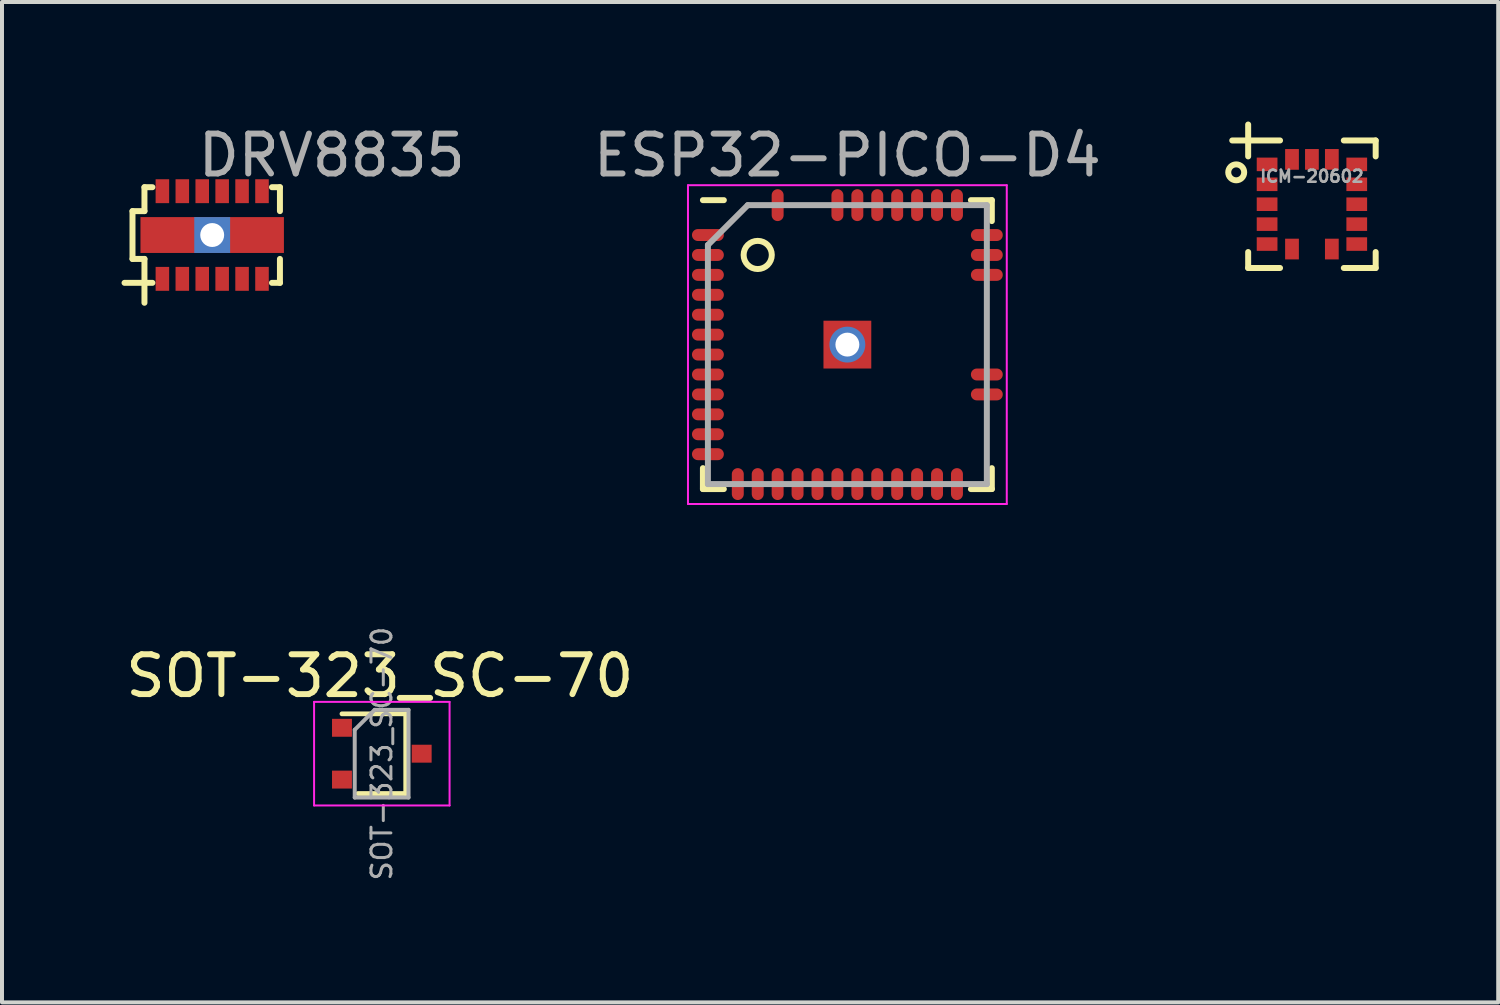
<source format=kicad_pcb>
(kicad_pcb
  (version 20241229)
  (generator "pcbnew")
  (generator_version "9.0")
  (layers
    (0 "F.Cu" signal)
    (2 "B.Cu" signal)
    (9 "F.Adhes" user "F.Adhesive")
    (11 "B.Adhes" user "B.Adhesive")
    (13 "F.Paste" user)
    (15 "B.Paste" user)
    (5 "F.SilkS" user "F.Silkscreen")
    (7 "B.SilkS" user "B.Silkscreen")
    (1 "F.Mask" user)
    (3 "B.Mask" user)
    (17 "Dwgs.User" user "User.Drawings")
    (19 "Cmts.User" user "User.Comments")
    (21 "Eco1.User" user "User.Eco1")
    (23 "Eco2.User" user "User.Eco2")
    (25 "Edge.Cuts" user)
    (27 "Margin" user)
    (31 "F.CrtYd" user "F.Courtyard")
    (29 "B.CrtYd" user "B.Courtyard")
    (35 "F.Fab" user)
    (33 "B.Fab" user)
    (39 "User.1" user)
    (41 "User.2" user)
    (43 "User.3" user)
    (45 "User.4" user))
  (footprint "DRV8835"
    (placed yes)
    (layer "F.Cu")
    (at 2.275 2.848)
    (property "Reference" "DRV8835" (at 3 -2 180) (layer "F.Fab") (effects (font (size 1 1) (thickness 0.15))))
    (attr through_hole)
    (fp_line (start -2 -0.6) (end -2 0.6) (stroke (width 0.15) (type solid)) (layer "F.SilkS"))
    (fp_line (start -2 0.6) (end -1.7 0.6) (stroke (width 0.15) (type solid)) (layer "F.SilkS"))
    (fp_line (start -1.7 -1.2) (end -1.5 -1.2) (stroke (width 0.15) (type solid)) (layer "F.SilkS"))
    (fp_line (start -1.7 -0.6) (end -2 -0.6) (stroke (width 0.15) (type solid)) (layer "F.SilkS"))
    (fp_line (start -1.7 -0.6) (end -1.7 -1.2) (stroke (width 0.15) (type solid)) (layer "F.SilkS"))
    (fp_line (start -1.7 1.2) (end -2.2 1.2) (stroke (width 0.15) (type solid)) (layer "F.SilkS"))
    (fp_line (start -1.7 1.2) (end -1.7 0.6) (stroke (width 0.15) (type solid)) (layer "F.SilkS"))
    (fp_line (start -1.7 1.2) (end -1.7 1.7) (stroke (width 0.15) (type solid)) (layer "F.SilkS"))
    (fp_line (start -1.5 1.2) (end -1.7 1.2) (stroke (width 0.15) (type solid)) (layer "F.SilkS"))
    (fp_line (start 1.5 -1.2) (end 1.7 -1.2) (stroke (width 0.15) (type solid)) (layer "F.SilkS"))
    (fp_line (start 1.7 -1.2) (end 1.7 -0.6) (stroke (width 0.15) (type solid)) (layer "F.SilkS"))
    (fp_line (start 1.7 0.6) (end 1.7 1.2) (stroke (width 0.15) (type solid)) (layer "F.SilkS"))
    (fp_line (start 1.7 1.2) (end 1.5 1.2) (stroke (width 0.15) (type solid)) (layer "F.SilkS"))
    (pad "1" smd rect (at -1.25 1.1) (size 0.34 0.6) (layers "F.Cu" "F.Mask" "F.Paste"))
    (pad "2" smd rect (at -0.75 1.1) (size 0.34 0.6) (layers "F.Cu" "F.Mask" "F.Paste"))
    (pad "3" smd rect (at -0.25 1.1) (size 0.34 0.6) (layers "F.Cu" "F.Mask" "F.Paste"))
    (pad "4" smd rect (at 0.25 1.1) (size 0.34 0.6) (layers "F.Cu" "F.Mask" "F.Paste"))
    (pad "5" smd rect (at 0.75 1.1) (size 0.34 0.6) (layers "F.Cu" "F.Mask" "F.Paste"))
    (pad "6" smd rect (at 1.25 1.1) (size 0.34 0.6) (layers "F.Cu" "F.Mask" "F.Paste"))
    (pad "7" smd rect (at 1.25 -1.1) (size 0.34 0.6) (layers "F.Cu" "F.Mask" "F.Paste"))
    (pad "8" smd rect (at 0.75 -1.1) (size 0.34 0.6) (layers "F.Cu" "F.Mask" "F.Paste"))
    (pad "9" smd rect (at 0.25 -1.1) (size 0.34 0.6) (layers "F.Cu" "F.Mask" "F.Paste"))
    (pad "10" smd rect (at -0.25 -1.1) (size 0.34 0.6) (layers "F.Cu" "F.Mask" "F.Paste"))
    (pad "11" smd rect (at -0.75 -1.1) (size 0.34 0.6) (layers "F.Cu" "F.Mask" "F.Paste"))
    (pad "12" smd rect (at -1.25 -1.1) (size 0.34 0.6) (layers "F.Cu" "F.Mask" "F.Paste"))
    (pad "13" thru_hole rect (at 0 0) (size 0.9 0.9) (drill 0.6) (layers "*.Cu" "*.Mask"))
    (pad "13" smd rect (at 0 0) (size 3.6 0.9) (layers "F.Cu" "F.Mask" "F.Paste")))
  (footprint "SOT-323_SC-70"
    (layer "F.Cu")
    (at 6.532 15.864)
    (property "Reference" "SOT-323_SC-70" (at -0.05 -1.95 0) (layer "F.SilkS") (effects (font (size 1 1) (thickness 0.15))))
    (attr smd)
    (fp_line (start -1 -1) (end 0.6 -1) (stroke (width 0.12) (type solid)) (layer "F.SilkS"))
    (fp_line (start 0.6 -1) (end 0.6 1) (stroke (width 0.12) (type solid)) (layer "F.SilkS"))
    (fp_line (start 0.6 1) (end -0.6 1) (stroke (width 0.12) (type solid)) (layer "F.SilkS"))
    (fp_line (start -1.7 -1.3) (end 1.7 -1.3) (stroke (width 0.05) (type solid)) (layer "F.CrtYd"))
    (fp_line (start -1.7 1.3) (end -1.7 -1.3) (stroke (width 0.05) (type solid)) (layer "F.CrtYd"))
    (fp_line (start 1.7 -1.3) (end 1.7 1.3) (stroke (width 0.05) (type solid)) (layer "F.CrtYd"))
    (fp_line (start 1.7 1.3) (end -1.7 1.3) (stroke (width 0.05) (type solid)) (layer "F.CrtYd"))
    (fp_line (start -0.68 -0.6) (end -0.68 1.1) (stroke (width 0.1) (type solid)) (layer "F.Fab"))
    (fp_line (start -0.18 -1.1) (end -0.68 -0.6) (stroke (width 0.1) (type solid)) (layer "F.Fab"))
    (fp_line (start 0.67 -1.1) (end -0.18 -1.1) (stroke (width 0.1) (type solid)) (layer "F.Fab"))
    (fp_line (start 0.67 -1.1) (end 0.67 1.1) (stroke (width 0.1) (type solid)) (layer "F.Fab"))
    (fp_line (start 0.67 1.1) (end -0.68 1.1) (stroke (width 0.1) (type solid)) (layer "F.Fab"))
    (fp_text user "${REFERENCE}" (at 0 0 90) (layer "F.Fab") (effects (font (size 0.5 0.5) (thickness 0.075))))
    (pad "1" smd rect (at -1 -0.65 270) (size 0.45 0.5) (layers "F.Cu" "F.Mask" "F.Paste"))
    (pad "2" smd rect (at -1 0.65 270) (size 0.45 0.5) (layers "F.Cu" "F.Mask" "F.Paste"))
    (pad "3" smd rect (at 1 0 270) (size 0.45 0.5) (layers "F.Cu" "F.Mask" "F.Paste")))
  (footprint "ICM-20602"
    (layer "F.Cu")
    (at 29.873 2.075)
    (property "Reference" "ICM-20602" (at 0 -0.701 0) (layer "F.Fab") (effects (font (size 0.3 0.3) (thickness 0.066))))
    (attr through_hole)
    (fp_line (start -1.6 -1.6) (end -2 -1.6) (stroke (width 0.15) (type solid)) (layer "F.SilkS"))
    (fp_line (start -1.6 -1.6) (end -1.6 -2) (stroke (width 0.15) (type solid)) (layer "F.SilkS"))
    (fp_line (start -1.6 -1.6) (end -0.8 -1.6) (stroke (width 0.15) (type solid)) (layer "F.SilkS"))
    (fp_line (start -1.6 -1.2) (end -1.6 -1.6) (stroke (width 0.15) (type solid)) (layer "F.SilkS"))
    (fp_line (start -1.6 1.6) (end -1.6 1.2) (stroke (width 0.15) (type solid)) (layer "F.SilkS"))
    (fp_line (start -0.8 1.6) (end -1.6 1.6) (stroke (width 0.15) (type solid)) (layer "F.SilkS"))
    (fp_line (start 0.8 -1.6) (end 1.6 -1.6) (stroke (width 0.15) (type solid)) (layer "F.SilkS"))
    (fp_line (start 1.6 -1.6) (end 1.6 -1.2) (stroke (width 0.15) (type solid)) (layer "F.SilkS"))
    (fp_line (start 1.6 1.2) (end 1.6 1.6) (stroke (width 0.15) (type solid)) (layer "F.SilkS"))
    (fp_line (start 1.6 1.6) (end 0.8 1.6) (stroke (width 0.15) (type solid)) (layer "F.SilkS"))
    (fp_circle (center -1.9 -0.8) (end -1.7 -0.8) (stroke (width 0.15) (type solid)) (fill no) (layer "F.SilkS"))
    (pad "1" smd rect (at -1.125 -1) (size 0.52 0.34) (layers "F.Cu" "F.Mask" "F.Paste"))
    (pad "2" smd rect (at -1.125 -0.5) (size 0.52 0.34) (layers "F.Cu" "F.Mask" "F.Paste"))
    (pad "3" smd rect (at -1.125 0) (size 0.52 0.34) (layers "F.Cu" "F.Mask" "F.Paste"))
    (pad "4" smd rect (at -1.125 0.5) (size 0.52 0.34) (layers "F.Cu" "F.Mask" "F.Paste"))
    (pad "5" smd rect (at -1.125 1) (size 0.52 0.34) (layers "F.Cu" "F.Mask" "F.Paste"))
    (pad "6" smd rect (at -0.5 1.125) (size 0.345 0.52) (layers "F.Cu" "F.Mask" "F.Paste"))
    (pad "8" smd rect (at 0.5 1.125) (size 0.345 0.52) (layers "F.Cu" "F.Mask" "F.Paste"))
    (pad "9" smd rect (at 1.125 1) (size 0.52 0.34) (layers "F.Cu" "F.Mask" "F.Paste"))
    (pad "10" smd rect (at 1.125 0.5) (size 0.52 0.34) (layers "F.Cu" "F.Mask" "F.Paste"))
    (pad "11" smd rect (at 1.125 0) (size 0.52 0.34) (layers "F.Cu" "F.Mask" "F.Paste"))
    (pad "12" smd rect (at 1.125 -0.5) (size 0.52 0.34) (layers "F.Cu" "F.Mask" "F.Paste"))
    (pad "13" smd rect (at 1.125 -1) (size 0.52 0.34) (layers "F.Cu" "F.Mask" "F.Paste"))
    (pad "14" smd rect (at 0.5 -1.125) (size 0.345 0.52) (layers "F.Cu" "F.Mask" "F.Paste"))
    (pad "15" smd rect (at 0 -1.125) (size 0.345 0.52) (layers "F.Cu" "F.Mask" "F.Paste"))
    (pad "16" smd rect (at -0.5 -1.125) (size 0.345 0.52) (layers "F.Cu" "F.Mask" "F.Paste")))
  (footprint "ESP32-PICO-D4"
    (layer "F.Cu")
    (at 18.215 5.598)
    (property "Reference" "ESP32-PICO-D4" (at 0 -4.75 0) (layer "F.Fab") (effects (font (size 1 1) (thickness 0.15))))
    (attr smd)
    (fp_line (start -3.625 -3.625) (end -3.1 -3.625) (stroke (width 0.15) (type solid)) (layer "F.SilkS"))
    (fp_line (start -3.625 3.625) (end -3.625 3.1) (stroke (width 0.15) (type solid)) (layer "F.SilkS"))
    (fp_line (start -3.625 3.625) (end -3.1 3.625) (stroke (width 0.15) (type solid)) (layer "F.SilkS"))
    (fp_line (start 3.625 -3.625) (end 3.1 -3.625) (stroke (width 0.15) (type solid)) (layer "F.SilkS"))
    (fp_line (start 3.625 -3.625) (end 3.625 -3.1) (stroke (width 0.15) (type solid)) (layer "F.SilkS"))
    (fp_line (start 3.625 3.625) (end 3.1 3.625) (stroke (width 0.15) (type solid)) (layer "F.SilkS"))
    (fp_line (start 3.625 3.625) (end 3.625 3.1) (stroke (width 0.15) (type solid)) (layer "F.SilkS"))
    (fp_circle (center -2.25 -2.25) (end -2 -2.5) (stroke (width 0.15) (type solid)) (fill no) (layer "F.SilkS"))
    (fp_line (start -4 -4) (end -4 4) (stroke (width 0.05) (type solid)) (layer "F.CrtYd"))
    (fp_line (start -4 -4) (end 4 -4) (stroke (width 0.05) (type solid)) (layer "F.CrtYd"))
    (fp_line (start -4 4) (end 4 4) (stroke (width 0.05) (type solid)) (layer "F.CrtYd"))
    (fp_line (start 4 -4) (end 4 4) (stroke (width 0.05) (type solid)) (layer "F.CrtYd"))
    (fp_line (start -3.5 -2.5) (end -2.5 -3.5) (stroke (width 0.15) (type solid)) (layer "F.Fab"))
    (fp_line (start -3.5 3.5) (end -3.5 -2.5) (stroke (width 0.15) (type solid)) (layer "F.Fab"))
    (fp_line (start -2.5 -3.5) (end 3.5 -3.5) (stroke (width 0.15) (type solid)) (layer "F.Fab"))
    (fp_line (start 3.5 -3.5) (end 3.5 3.5) (stroke (width 0.15) (type solid)) (layer "F.Fab"))
    (fp_line (start 3.5 3.5) (end -3.5 3.5) (stroke (width 0.15) (type solid)) (layer "F.Fab"))
    (pad "1" smd oval (at -3.5 -2.75) (size 0.8 0.3) (layers "F.Cu" "F.Mask" "F.Paste"))
    (pad "2" smd oval (at -3.5 -2.25) (size 0.8 0.3) (layers "F.Cu" "F.Mask" "F.Paste"))
    (pad "3" smd oval (at -3.5 -1.75) (size 0.8 0.3) (layers "F.Cu" "F.Mask" "F.Paste"))
    (pad "4" smd oval (at -3.5 -1.25) (size 0.8 0.3) (layers "F.Cu" "F.Mask" "F.Paste"))
    (pad "5" smd oval (at -3.5 -0.75) (size 0.8 0.3) (layers "F.Cu" "F.Mask" "F.Paste"))
    (pad "6" smd oval (at -3.5 -0.25) (size 0.8 0.3) (layers "F.Cu" "F.Mask" "F.Paste"))
    (pad "7" smd oval (at -3.5 0.25) (size 0.8 0.3) (layers "F.Cu" "F.Mask" "F.Paste"))
    (pad "8" smd oval (at -3.5 0.75) (size 0.8 0.3) (layers "F.Cu" "F.Mask" "F.Paste"))
    (pad "9" smd oval (at -3.5 1.25) (size 0.8 0.3) (layers "F.Cu" "F.Mask" "F.Paste"))
    (pad "10" smd oval (at -3.5 1.75) (size 0.8 0.3) (layers "F.Cu" "F.Mask" "F.Paste"))
    (pad "11" smd oval (at -3.5 2.25) (size 0.8 0.3) (layers "F.Cu" "F.Mask" "F.Paste"))
    (pad "12" smd oval (at -3.5 2.75) (size 0.8 0.3) (layers "F.Cu" "F.Mask" "F.Paste"))
    (pad "13" smd oval (at -2.75 3.5) (size 0.3 0.8) (layers "F.Cu" "F.Mask" "F.Paste"))
    (pad "14" smd oval (at -2.25 3.5) (size 0.3 0.8) (layers "F.Cu" "F.Mask" "F.Paste"))
    (pad "15" smd oval (at -1.75 3.5) (size 0.3 0.8) (layers "F.Cu" "F.Mask" "F.Paste"))
    (pad "16" smd oval (at -1.25 3.5) (size 0.3 0.8) (layers "F.Cu" "F.Mask" "F.Paste"))
    (pad "17" smd oval (at -0.75 3.5) (size 0.3 0.8) (layers "F.Cu" "F.Mask" "F.Paste"))
    (pad "18" smd oval (at -0.25 3.5) (size 0.3 0.8) (layers "F.Cu" "F.Mask" "F.Paste"))
    (pad "19" smd oval (at 0.25 3.5) (size 0.3 0.8) (layers "F.Cu" "F.Mask" "F.Paste"))
    (pad "20" smd oval (at 0.75 3.5) (size 0.3 0.8) (layers "F.Cu" "F.Mask" "F.Paste"))
    (pad "21" smd oval (at 1.25 3.5) (size 0.3 0.8) (layers "F.Cu" "F.Mask" "F.Paste"))
    (pad "22" smd oval (at 1.75 3.5) (size 0.3 0.8) (layers "F.Cu" "F.Mask" "F.Paste"))
    (pad "23" smd oval (at 2.25 3.5) (size 0.3 0.8) (layers "F.Cu" "F.Mask" "F.Paste"))
    (pad "24" smd oval (at 2.75 3.5) (size 0.3 0.8) (layers "F.Cu" "F.Mask" "F.Paste"))
    (pad "28" smd oval (at 3.5 1.25) (size 0.8 0.3) (layers "F.Cu" "F.Mask" "F.Paste"))
    (pad "29" smd oval (at 3.5 0.75) (size 0.8 0.3) (layers "F.Cu" "F.Mask" "F.Paste"))
    (pad "34" smd oval (at 3.5 -1.75) (size 0.8 0.3) (layers "F.Cu" "F.Mask" "F.Paste"))
    (pad "35" smd oval (at 3.5 -2.25) (size 0.8 0.3) (layers "F.Cu" "F.Mask" "F.Paste"))
    (pad "36" smd oval (at 3.5 -2.75) (size 0.8 0.3) (layers "F.Cu" "F.Mask" "F.Paste"))
    (pad "37" smd oval (at 2.75 -3.5 90) (size 0.8 0.3) (layers "F.Cu" "F.Mask" "F.Paste"))
    (pad "38" smd oval (at 2.25 -3.5 90) (size 0.8 0.3) (layers "F.Cu" "F.Mask" "F.Paste"))
    (pad "39" smd oval (at 1.75 -3.5 90) (size 0.8 0.3) (layers "F.Cu" "F.Mask" "F.Paste"))
    (pad "40" smd oval (at 1.25 -3.5 90) (size 0.8 0.3) (layers "F.Cu" "F.Mask" "F.Paste"))
    (pad "41" smd oval (at 0.75 -3.5 90) (size 0.8 0.3) (layers "F.Cu" "F.Mask" "F.Paste"))
    (pad "42" smd oval (at 0.25 -3.5 90) (size 0.8 0.3) (layers "F.Cu" "F.Mask" "F.Paste"))
    (pad "43" smd oval (at -0.25 -3.5 90) (size 0.8 0.3) (layers "F.Cu" "F.Mask" "F.Paste"))
    (pad "46" smd oval (at -1.75 -3.5 90) (size 0.8 0.3) (layers "F.Cu" "F.Mask" "F.Paste"))
    (pad "49" thru_hole circle (at 0 0) (size 0.9 0.9) (drill 0.6) (layers "*.Cu" "*.Mask"))
    (pad "49" smd rect (at 0 0) (size 1.2 1.2) (layers "F.Cu" "F.Mask" "F.Paste")))
  (gr_rect
    (start -3 -3)
    (end 34.548 22.105)
    (stroke (width 0.1) (type default))
    (fill no)
    (layer "Edge.Cuts")))
</source>
